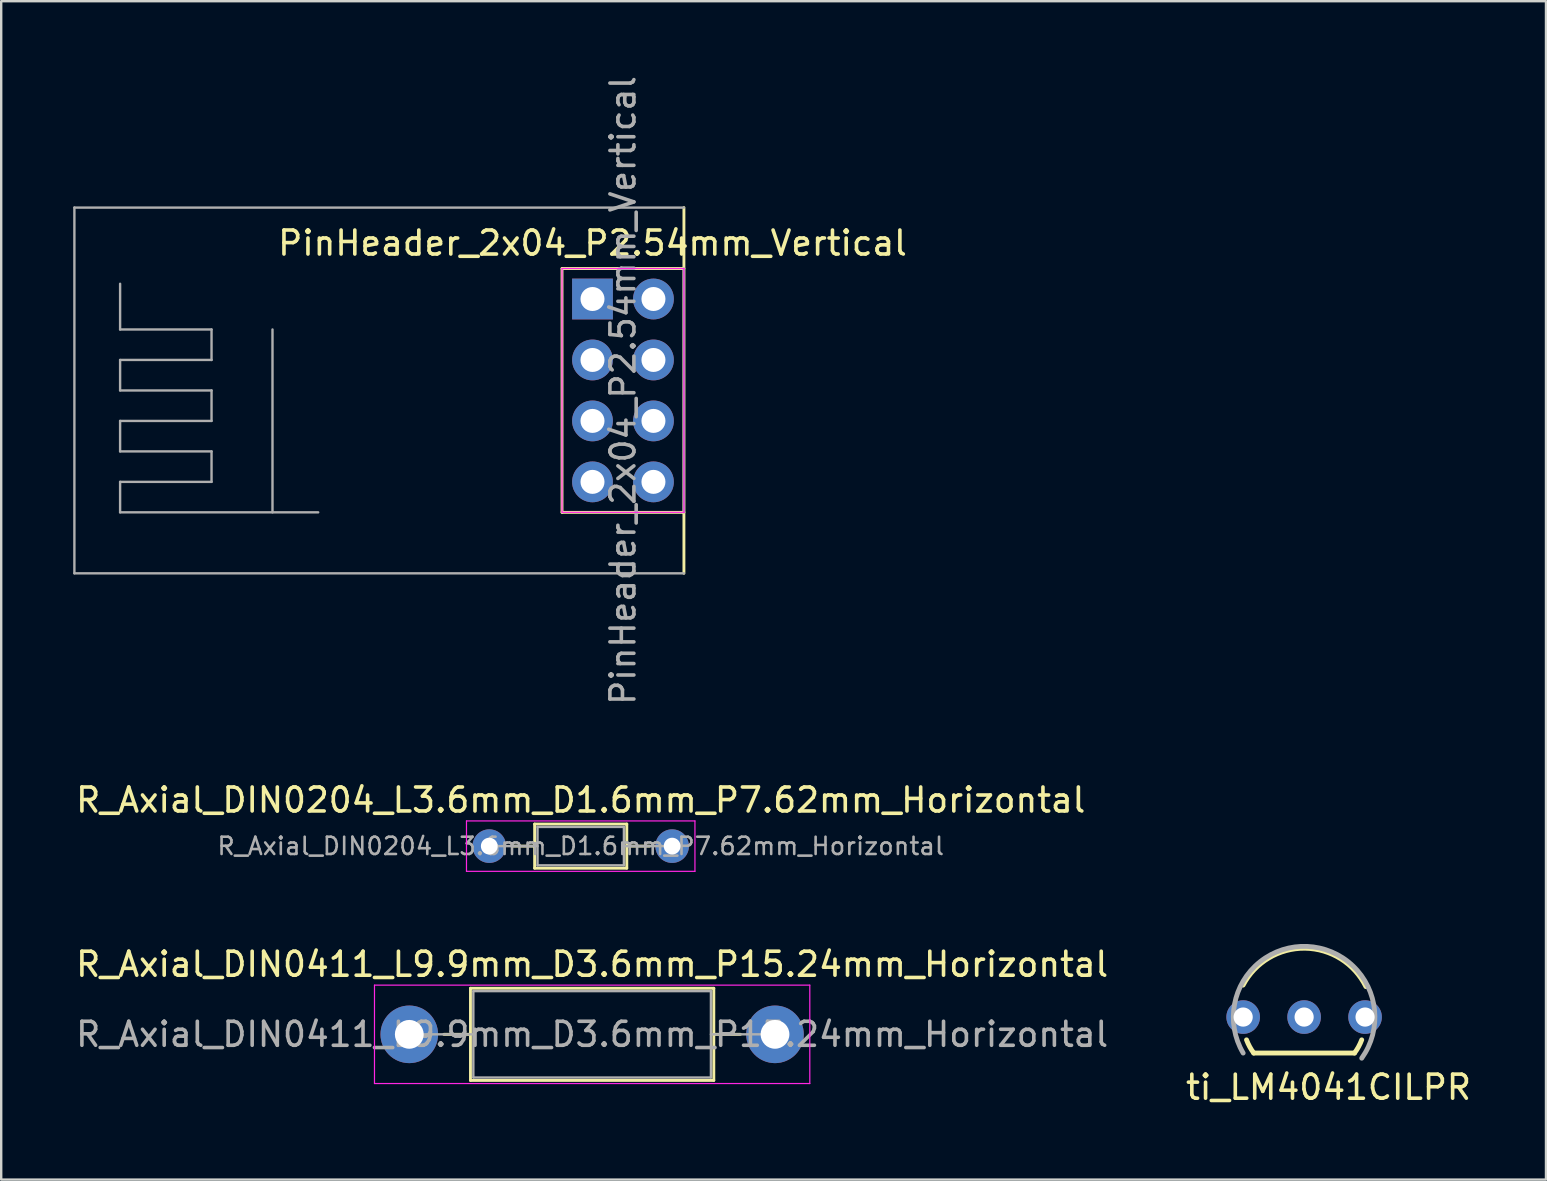
<source format=kicad_pcb>
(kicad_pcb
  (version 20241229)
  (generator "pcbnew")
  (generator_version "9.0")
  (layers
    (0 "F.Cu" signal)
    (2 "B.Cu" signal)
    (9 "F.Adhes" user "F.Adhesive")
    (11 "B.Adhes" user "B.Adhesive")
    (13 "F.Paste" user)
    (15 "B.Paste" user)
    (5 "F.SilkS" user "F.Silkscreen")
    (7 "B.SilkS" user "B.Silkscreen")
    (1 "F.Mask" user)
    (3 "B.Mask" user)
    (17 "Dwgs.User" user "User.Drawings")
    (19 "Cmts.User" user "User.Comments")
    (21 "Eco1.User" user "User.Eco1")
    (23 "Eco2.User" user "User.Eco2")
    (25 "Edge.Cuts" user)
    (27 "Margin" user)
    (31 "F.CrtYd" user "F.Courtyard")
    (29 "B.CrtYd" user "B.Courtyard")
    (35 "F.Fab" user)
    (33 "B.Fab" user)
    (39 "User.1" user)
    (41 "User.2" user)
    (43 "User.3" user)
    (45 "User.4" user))
  (footprint "R_Axial_DIN0411_L9.9mm_D3.6mm_P15.24mm_Horizontal"
    (layer "F.Cu")
    (at 14.005 40.052)
    (property "Reference" "R_Axial_DIN0411_L9.9mm_D3.6mm_P15.24mm_Horizontal" (at 7.62 -2.92 0) (layer "F.SilkS") (effects (font (size 1 1) (thickness 0.15))))
    (attr through_hole)
    (fp_line (start 1.44 0) (end 2.55 0) (stroke (width 0.12) (type solid)) (layer "F.SilkS"))
    (fp_line (start 2.55 -1.92) (end 2.55 1.92) (stroke (width 0.12) (type solid)) (layer "F.SilkS"))
    (fp_line (start 2.55 1.92) (end 12.69 1.92) (stroke (width 0.12) (type solid)) (layer "F.SilkS"))
    (fp_line (start 12.69 -1.92) (end 2.55 -1.92) (stroke (width 0.12) (type solid)) (layer "F.SilkS"))
    (fp_line (start 12.69 1.92) (end 12.69 -1.92) (stroke (width 0.12) (type solid)) (layer "F.SilkS"))
    (fp_line (start 13.8 0) (end 12.69 0) (stroke (width 0.12) (type solid)) (layer "F.SilkS"))
    (fp_line (start -1.45 -2.05) (end -1.45 2.05) (stroke (width 0.05) (type solid)) (layer "F.CrtYd"))
    (fp_line (start -1.45 2.05) (end 16.69 2.05) (stroke (width 0.05) (type solid)) (layer "F.CrtYd"))
    (fp_line (start 16.69 -2.05) (end -1.45 -2.05) (stroke (width 0.05) (type solid)) (layer "F.CrtYd"))
    (fp_line (start 16.69 2.05) (end 16.69 -2.05) (stroke (width 0.05) (type solid)) (layer "F.CrtYd"))
    (fp_line (start 0 0) (end 2.67 0) (stroke (width 0.1) (type solid)) (layer "F.Fab"))
    (fp_line (start 2.67 -1.8) (end 2.67 1.8) (stroke (width 0.1) (type solid)) (layer "F.Fab"))
    (fp_line (start 2.67 1.8) (end 12.57 1.8) (stroke (width 0.1) (type solid)) (layer "F.Fab"))
    (fp_line (start 12.57 -1.8) (end 2.67 -1.8) (stroke (width 0.1) (type solid)) (layer "F.Fab"))
    (fp_line (start 12.57 1.8) (end 12.57 -1.8) (stroke (width 0.1) (type solid)) (layer "F.Fab"))
    (fp_line (start 15.24 0) (end 12.57 0) (stroke (width 0.1) (type solid)) (layer "F.Fab"))
    (fp_text user "${REFERENCE}" (at 7.62 0 0) (layer "F.Fab") (effects (font (size 1 1) (thickness 0.15))))
    (pad "1" thru_hole circle (at 0 0) (size 2.4 2.4) (drill 1.2) (layers "*.Cu" "*.Mask"))
    (pad "2" thru_hole oval (at 15.24 0) (size 2.4 2.4) (drill 1.2) (layers "*.Cu" "*.Mask")))
  (footprint "PinHeader_2x04_P2.54mm_Vertical"
    (layer "F.Cu")
    (at 21.64 9.41)
    (property "Reference" "PinHeader_2x04_P2.54mm_Vertical" (at 0 -2.33 0) (layer "F.SilkS") (effects (font (size 1 1) (thickness 0.15))))
    (attr through_hole)
    (fp_line (start -1.27 -1.27) (end -1.27 8.89) (stroke (width 0.12) (type solid)) (layer "F.SilkS"))
    (fp_line (start -1.27 -1.27) (end 3.81 -1.27) (stroke (width 0.12) (type solid)) (layer "F.SilkS"))
    (fp_line (start -1.27 8.89) (end 3.81 8.89) (stroke (width 0.12) (type solid)) (layer "F.SilkS"))
    (fp_line (start 3.81 -3.81) (end 3.81 11.43) (stroke (width 0.12) (type solid)) (layer "F.SilkS"))
    (fp_line (start -1.27 -1.27) (end -1.27 8.89) (stroke (width 0.05) (type solid)) (layer "F.CrtYd"))
    (fp_line (start -1.27 8.89) (end 3.81 8.89) (stroke (width 0.05) (type solid)) (layer "F.CrtYd"))
    (fp_line (start 3.81 -1.27) (end -1.27 -1.27) (stroke (width 0.05) (type solid)) (layer "F.CrtYd"))
    (fp_line (start 3.81 8.89) (end 3.81 -1.27) (stroke (width 0.05) (type solid)) (layer "F.CrtYd"))
    (fp_line (start -21.59 -3.81) (end 3.81 -3.81) (stroke (width 0.1) (type solid)) (layer "F.Fab"))
    (fp_line (start -21.59 11.43) (end -21.59 -3.81) (stroke (width 0.1) (type solid)) (layer "F.Fab"))
    (fp_line (start -19.685 1.27) (end -19.685 -0.635) (stroke (width 0.1) (type default)) (layer "F.Fab"))
    (fp_line (start -19.685 2.54) (end -15.875 2.54) (stroke (width 0.1) (type default)) (layer "F.Fab"))
    (fp_line (start -19.685 3.81) (end -19.685 2.54) (stroke (width 0.1) (type default)) (layer "F.Fab"))
    (fp_line (start -19.685 5.08) (end -15.875 5.08) (stroke (width 0.1) (type default)) (layer "F.Fab"))
    (fp_line (start -19.685 6.35) (end -19.685 5.08) (stroke (width 0.1) (type default)) (layer "F.Fab"))
    (fp_line (start -19.685 7.62) (end -15.875 7.62) (stroke (width 0.1) (type default)) (layer "F.Fab"))
    (fp_line (start -19.685 8.89) (end -19.685 7.62) (stroke (width 0.1) (type default)) (layer "F.Fab"))
    (fp_line (start -15.875 1.27) (end -19.685 1.27) (stroke (width 0.1) (type default)) (layer "F.Fab"))
    (fp_line (start -15.875 2.54) (end -15.875 1.27) (stroke (width 0.1) (type default)) (layer "F.Fab"))
    (fp_line (start -15.875 3.81) (end -19.685 3.81) (stroke (width 0.1) (type default)) (layer "F.Fab"))
    (fp_line (start -15.875 5.08) (end -15.875 3.81) (stroke (width 0.1) (type default)) (layer "F.Fab"))
    (fp_line (start -15.875 6.35) (end -19.685 6.35) (stroke (width 0.1) (type default)) (layer "F.Fab"))
    (fp_line (start -15.875 7.62) (end -15.875 6.35) (stroke (width 0.1) (type default)) (layer "F.Fab"))
    (fp_line (start -13.335 1.27) (end -13.335 8.89) (stroke (width 0.1) (type default)) (layer "F.Fab"))
    (fp_line (start -11.43 8.89) (end -19.685 8.89) (stroke (width 0.1) (type default)) (layer "F.Fab"))
    (fp_line (start 3.81 -1.27) (end 3.81 8.89) (stroke (width 0.1) (type solid)) (layer "F.Fab"))
    (fp_line (start 3.81 11.43) (end -21.59 11.43) (stroke (width 0.1) (type solid)) (layer "F.Fab"))
    (fp_text user "${REFERENCE}" (at 1.27 3.81 90) (layer "F.Fab") (effects (font (size 1 1) (thickness 0.15))))
    (pad "1" thru_hole rect (at 0 0) (size 1.7 1.7) (drill 1) (layers "*.Cu" "*.Mask"))
    (pad "2" thru_hole oval (at 0 2.54) (size 1.7 1.7) (drill 1) (layers "*.Cu" "*.Mask"))
    (pad "3" thru_hole oval (at 0 5.08) (size 1.7 1.7) (drill 1) (layers "*.Cu" "*.Mask"))
    (pad "4" thru_hole oval (at 0 7.62) (size 1.7 1.7) (drill 1) (layers "*.Cu" "*.Mask"))
    (pad "5" thru_hole oval (at 2.54 7.62) (size 1.7 1.7) (drill 1) (layers "*.Cu" "*.Mask"))
    (pad "6" thru_hole oval (at 2.54 5.08) (size 1.7 1.7) (drill 1) (layers "*.Cu" "*.Mask"))
    (pad "7" thru_hole oval (at 2.54 2.54) (size 1.7 1.7) (drill 1) (layers "*.Cu" "*.Mask"))
    (pad "8" thru_hole oval (at 2.54 0) (size 1.7 1.7) (drill 1) (layers "*.Cu" "*.Mask")))
  (footprint "ti_LM4041CILPR"
    (layer "F.Cu")
    (at 51.294 39.332)
    (property "Reference" "ti_LM4041CILPR" (at 1.017 2.925 0) (layer "F.SilkS") (effects (font (size 1.001 1.001) (thickness 0.15))))
    (attr through_hole)
    (fp_line (start -2.1 1.5) (end 2.1 1.5) (stroke (width 0.203) (type solid)) (layer "F.SilkS"))
    (fp_arc (start -2.543585 -1.33233) (mid 0.034986 -2.868718) (end 2.575384 -1.27) (stroke (width 0.2032) (type solid)) (layer "F.SilkS"))
    (fp_arc (start -2.1 1.5) (mid -2.269296 1.235525) (end -2.4 0.95) (stroke (width 0.2032) (type solid)) (layer "F.SilkS"))
    (fp_arc (start 2.4 0.95) (mid 2.269296 1.235525) (end 2.1 1.5) (stroke (width 0.2032) (type solid)) (layer "F.SilkS"))
    (fp_arc (start -2.54 1.5) (mid 0.127858 -2.943471) (end 2.400692 1.714439) (stroke (width 0.2032) (type solid)) (layer "F.Fab"))
    (pad "1" thru_hole circle (at -2.54 0) (size 1.4 1.4) (drill 0.8) (layers "*.Cu" "*.Mask"))
    (pad "2" thru_hole circle (at 0 0) (size 1.4 1.4) (drill 0.8) (layers "*.Cu" "*.Mask"))
    (pad "3" thru_hole circle (at 2.54 0) (size 1.4 1.4) (drill 0.8) (layers "*.Cu" "*.Mask")))
  (footprint "R_Axial_DIN0204_L3.6mm_D1.6mm_P7.62mm_Horizontal"
    (layer "F.Cu")
    (at 17.339 32.209)
    (property "Reference" "R_Axial_DIN0204_L3.6mm_D1.6mm_P7.62mm_Horizontal" (at 3.81 -1.92 0) (layer "F.SilkS") (effects (font (size 1 1) (thickness 0.15))))
    (attr through_hole)
    (fp_line (start 0.94 0) (end 1.89 0) (stroke (width 0.12) (type solid)) (layer "F.SilkS"))
    (fp_line (start 1.89 -0.92) (end 1.89 0.92) (stroke (width 0.12) (type solid)) (layer "F.SilkS"))
    (fp_line (start 1.89 0.92) (end 5.73 0.92) (stroke (width 0.12) (type solid)) (layer "F.SilkS"))
    (fp_line (start 5.73 -0.92) (end 1.89 -0.92) (stroke (width 0.12) (type solid)) (layer "F.SilkS"))
    (fp_line (start 5.73 0.92) (end 5.73 -0.92) (stroke (width 0.12) (type solid)) (layer "F.SilkS"))
    (fp_line (start 6.68 0) (end 5.73 0) (stroke (width 0.12) (type solid)) (layer "F.SilkS"))
    (fp_line (start -0.95 -1.05) (end -0.95 1.05) (stroke (width 0.05) (type solid)) (layer "F.CrtYd"))
    (fp_line (start -0.95 1.05) (end 8.57 1.05) (stroke (width 0.05) (type solid)) (layer "F.CrtYd"))
    (fp_line (start 8.57 -1.05) (end -0.95 -1.05) (stroke (width 0.05) (type solid)) (layer "F.CrtYd"))
    (fp_line (start 8.57 1.05) (end 8.57 -1.05) (stroke (width 0.05) (type solid)) (layer "F.CrtYd"))
    (fp_line (start 0 0) (end 2.01 0) (stroke (width 0.1) (type solid)) (layer "F.Fab"))
    (fp_line (start 2.01 -0.8) (end 2.01 0.8) (stroke (width 0.1) (type solid)) (layer "F.Fab"))
    (fp_line (start 2.01 0.8) (end 5.61 0.8) (stroke (width 0.1) (type solid)) (layer "F.Fab"))
    (fp_line (start 5.61 -0.8) (end 2.01 -0.8) (stroke (width 0.1) (type solid)) (layer "F.Fab"))
    (fp_line (start 5.61 0.8) (end 5.61 -0.8) (stroke (width 0.1) (type solid)) (layer "F.Fab"))
    (fp_line (start 7.62 0) (end 5.61 0) (stroke (width 0.1) (type solid)) (layer "F.Fab"))
    (fp_text user "${REFERENCE}" (at 3.81 0 0) (layer "F.Fab") (effects (font (size 0.72 0.72) (thickness 0.108))))
    (pad "1" thru_hole circle (at 0 0) (size 1.4 1.4) (drill 0.7) (layers "*.Cu" "*.Mask"))
    (pad "2" thru_hole oval (at 7.62 0) (size 1.4 1.4) (drill 0.7) (layers "*.Cu" "*.Mask")))
  (gr_rect
    (start -3 -3)
    (end 61.373 46.106)
    (stroke (width 0.1) (type default))
    (fill no)
    (layer "Edge.Cuts")))
</source>
